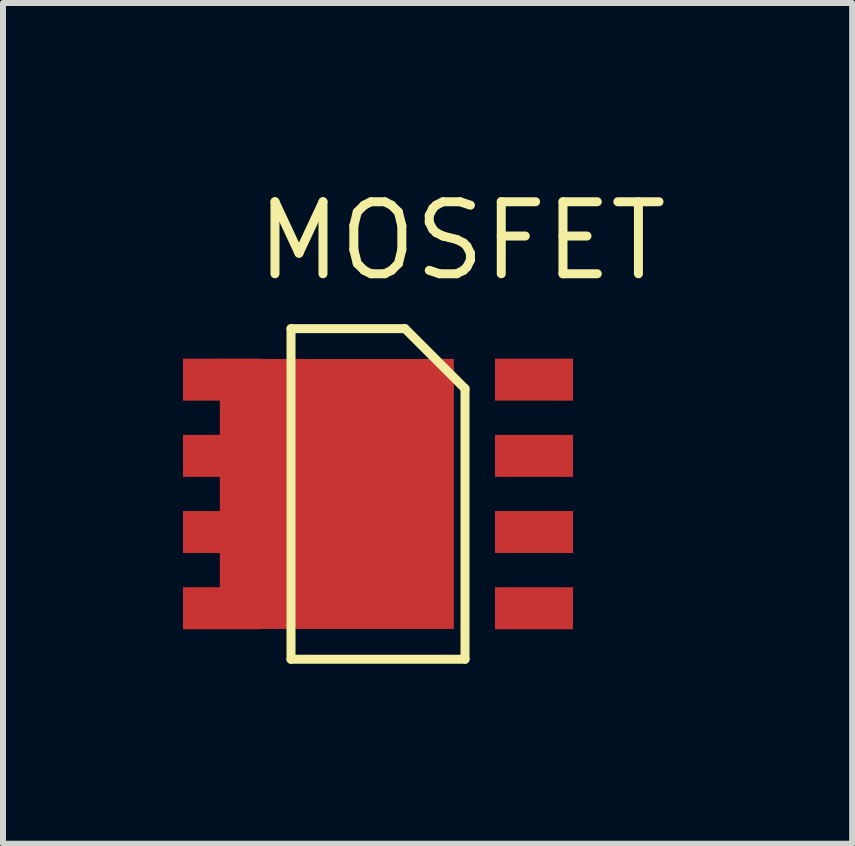
<source format=kicad_pcb>
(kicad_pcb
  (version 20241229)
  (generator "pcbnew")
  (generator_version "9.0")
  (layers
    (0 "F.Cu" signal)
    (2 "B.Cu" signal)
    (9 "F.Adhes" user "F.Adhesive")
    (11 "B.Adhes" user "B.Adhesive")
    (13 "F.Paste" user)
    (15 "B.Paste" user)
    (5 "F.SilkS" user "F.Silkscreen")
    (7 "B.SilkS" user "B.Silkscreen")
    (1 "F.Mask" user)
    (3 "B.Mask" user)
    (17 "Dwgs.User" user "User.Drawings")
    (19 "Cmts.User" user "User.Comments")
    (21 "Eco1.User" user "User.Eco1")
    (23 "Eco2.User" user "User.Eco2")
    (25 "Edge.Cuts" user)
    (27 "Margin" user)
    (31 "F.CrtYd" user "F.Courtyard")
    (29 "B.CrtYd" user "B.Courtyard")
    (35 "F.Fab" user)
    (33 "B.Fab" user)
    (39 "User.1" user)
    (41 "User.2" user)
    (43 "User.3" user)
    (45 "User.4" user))
  (footprint "MOSFET"
    (layer "F.Cu")
    (at 0.634 3.302)
    (property "Reference" "MOSFET" (at 4.013 -2.337 0) (layer "F.SilkS") (effects (font (size 1.2 1.2) (thickness 0.15))))
    (attr through_hole)
    (fp_line (start 1.166 -0.875) (end 1.166 4.635) (stroke (width 0.15) (type solid)) (layer "F.SilkS"))
    (fp_line (start 1.166 4.635) (end 4.066 4.635) (stroke (width 0.15) (type solid)) (layer "F.SilkS"))
    (fp_line (start 3.066 -0.875) (end 1.166 -0.875) (stroke (width 0.15) (type solid)) (layer "F.SilkS"))
    (fp_line (start 4.066 0.125) (end 3.066 -0.875) (stroke (width 0.15) (type solid)) (layer "F.SilkS"))
    (fp_line (start 4.066 4.635) (end 4.066 0.125) (stroke (width 0.15) (type solid)) (layer "F.SilkS"))
    (pad "1" smd rect (at 0.016 -0.025 270) (size 0.7 1.3) (layers "F.Cu" "F.Mask" "F.Paste"))
    (pad "2" smd rect (at 0.016 1.245 270) (size 0.7 1.3) (layers "F.Cu" "F.Mask" "F.Paste"))
    (pad "3" smd rect (at 0.016 2.515 270) (size 0.7 1.3) (layers "F.Cu" "F.Mask" "F.Paste"))
    (pad "4" smd rect (at 0.016 3.785 270) (size 0.7 1.3) (layers "F.Cu" "F.Mask" "F.Paste"))
    (pad "4" smd rect (at 1.93 1.88) (size 3.9 4.5) (layers "F.Cu" "F.Mask" "F.Paste"))
    (pad "5" smd rect (at 5.216 3.785 270) (size 0.7 1.3) (layers "F.Cu" "F.Mask" "F.Paste"))
    (pad "6" smd rect (at 5.216 2.515 270) (size 0.7 1.3) (layers "F.Cu" "F.Mask" "F.Paste"))
    (pad "7" smd rect (at 5.216 1.245 270) (size 0.7 1.3) (layers "F.Cu" "F.Mask" "F.Paste"))
    (pad "8" smd rect (at 5.216 -0.025 270) (size 0.7 1.3) (layers "F.Cu" "F.Mask" "F.Paste")))
  (gr_rect
    (start -3 -3)
    (end 11.152 11.012)
    (stroke (width 0.1) (type default))
    (fill no)
    (layer "Edge.Cuts")))
</source>
